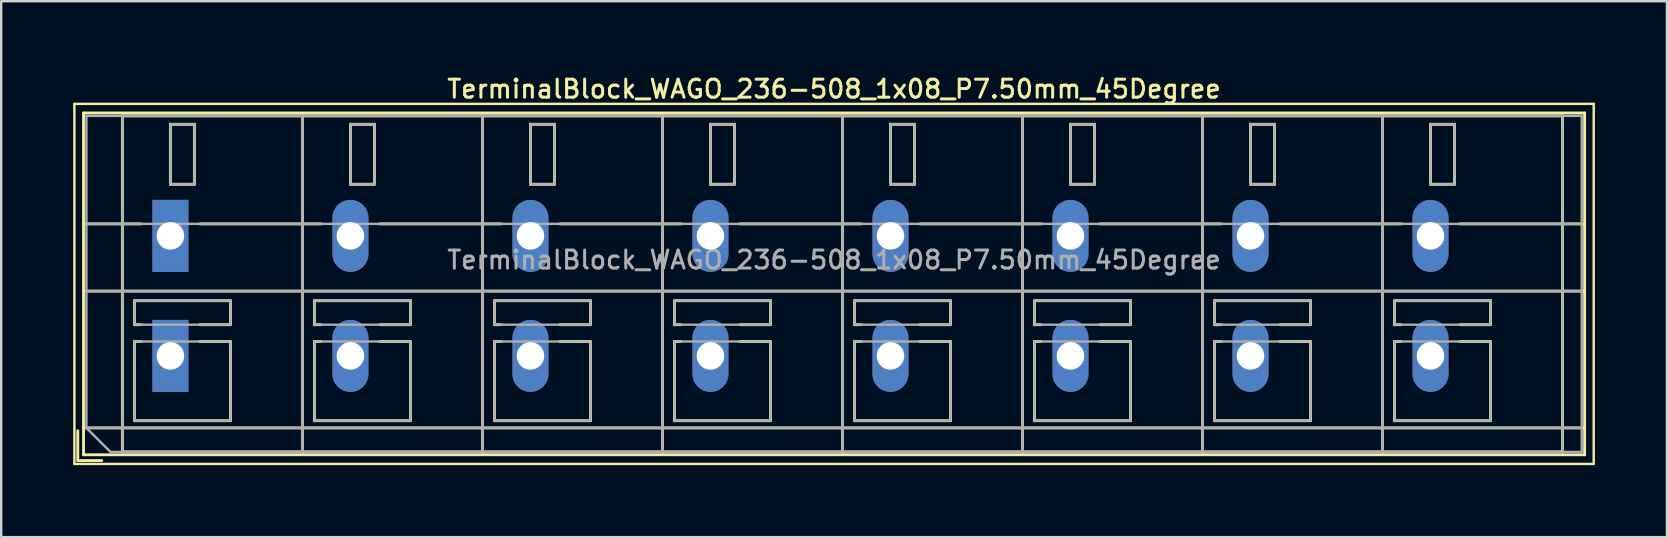
<source format=kicad_pcb>
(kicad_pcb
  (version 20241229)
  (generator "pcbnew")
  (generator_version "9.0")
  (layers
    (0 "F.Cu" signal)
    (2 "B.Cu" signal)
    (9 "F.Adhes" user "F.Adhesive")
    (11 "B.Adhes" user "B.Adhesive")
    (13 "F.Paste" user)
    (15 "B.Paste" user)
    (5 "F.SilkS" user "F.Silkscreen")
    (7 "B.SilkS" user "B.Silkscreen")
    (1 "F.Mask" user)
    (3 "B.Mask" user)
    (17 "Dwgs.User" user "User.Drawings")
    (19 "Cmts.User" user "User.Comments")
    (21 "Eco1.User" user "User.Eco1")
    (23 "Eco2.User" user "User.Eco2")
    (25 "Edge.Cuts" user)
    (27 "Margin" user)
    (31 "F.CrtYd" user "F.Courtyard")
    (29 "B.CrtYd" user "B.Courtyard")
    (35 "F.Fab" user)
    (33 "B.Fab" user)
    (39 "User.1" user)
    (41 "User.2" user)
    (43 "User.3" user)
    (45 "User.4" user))
  (footprint "TerminalBlock_WAGO_236-508_1x08_P7.50mm_45Degree"
    (layer "F.Cu")
    (at 4.05 6.778)
    (property "Reference" "TerminalBlock_WAGO_236-508_1x08_P7.50mm_45Degree" (at 27.65 -6.12 0) (layer "F.SilkS") (effects (font (size 0.75 0.75) (thickness 0.125))))
    (attr through_hole)
    (fp_line (start -4 -5.5) (end -4 9.5) (stroke (width 0.1) (type solid)) (layer "F.SilkS"))
    (fp_line (start -4 9.5) (end 59.3 9.5) (stroke (width 0.1) (type solid)) (layer "F.SilkS"))
    (fp_line (start -3.86 8.12) (end -3.86 9.36) (stroke (width 0.12) (type solid)) (layer "F.SilkS"))
    (fp_line (start -3.86 9.36) (end -2.86 9.36) (stroke (width 0.12) (type solid)) (layer "F.SilkS"))
    (fp_line (start -3.62 -5.12) (end -3.62 9.12) (stroke (width 0.12) (type solid)) (layer "F.SilkS"))
    (fp_line (start -3.62 -5.12) (end 58.92 -5.12) (stroke (width 0.12) (type solid)) (layer "F.SilkS"))
    (fp_line (start -3.62 -0.5) (end -1.23 -0.5) (stroke (width 0.12) (type solid)) (layer "F.SilkS"))
    (fp_line (start -3.62 2.3) (end 58.92 2.3) (stroke (width 0.12) (type solid)) (layer "F.SilkS"))
    (fp_line (start -3.62 8) (end 58.92 8) (stroke (width 0.12) (type solid)) (layer "F.SilkS"))
    (fp_line (start -3.62 9.12) (end 58.92 9.12) (stroke (width 0.12) (type solid)) (layer "F.SilkS"))
    (fp_line (start -2 -5) (end -2 9) (stroke (width 0.12) (type solid)) (layer "F.SilkS"))
    (fp_line (start -2 -5) (end 5.5 -5) (stroke (width 0.12) (type solid)) (layer "F.SilkS"))
    (fp_line (start -2 9) (end 5.5 9) (stroke (width 0.12) (type solid)) (layer "F.SilkS"))
    (fp_line (start -1.5 2.7) (end -1.5 3.7) (stroke (width 0.12) (type solid)) (layer "F.SilkS"))
    (fp_line (start -1.5 2.7) (end 2.5 2.7) (stroke (width 0.12) (type solid)) (layer "F.SilkS"))
    (fp_line (start -1.5 3.7) (end -1.23 3.7) (stroke (width 0.12) (type solid)) (layer "F.SilkS"))
    (fp_line (start -1.5 4.4) (end -1.5 7.7) (stroke (width 0.12) (type solid)) (layer "F.SilkS"))
    (fp_line (start -1.5 4.4) (end -1.23 4.4) (stroke (width 0.12) (type solid)) (layer "F.SilkS"))
    (fp_line (start -1.5 7.7) (end 2.5 7.7) (stroke (width 0.12) (type solid)) (layer "F.SilkS"))
    (fp_line (start 0 -4.65) (end 0 -2.151) (stroke (width 0.12) (type solid)) (layer "F.SilkS"))
    (fp_line (start 0 -4.65) (end 1 -4.65) (stroke (width 0.12) (type solid)) (layer "F.SilkS"))
    (fp_line (start 0 -2.151) (end 1 -2.151) (stroke (width 0.12) (type solid)) (layer "F.SilkS"))
    (fp_line (start 1 -4.65) (end 1 -2.151) (stroke (width 0.12) (type solid)) (layer "F.SilkS"))
    (fp_line (start 1.23 -0.5) (end 6.27 -0.5) (stroke (width 0.12) (type solid)) (layer "F.SilkS"))
    (fp_line (start 1.23 3.7) (end 2.5 3.7) (stroke (width 0.12) (type solid)) (layer "F.SilkS"))
    (fp_line (start 1.23 4.4) (end 2.5 4.4) (stroke (width 0.12) (type solid)) (layer "F.SilkS"))
    (fp_line (start 2.5 2.7) (end 2.5 3.7) (stroke (width 0.12) (type solid)) (layer "F.SilkS"))
    (fp_line (start 2.5 4.4) (end 2.5 7.7) (stroke (width 0.12) (type solid)) (layer "F.SilkS"))
    (fp_line (start 5.5 -5) (end 5.5 9) (stroke (width 0.12) (type solid)) (layer "F.SilkS"))
    (fp_line (start 5.5 -5) (end 5.5 9) (stroke (width 0.12) (type solid)) (layer "F.SilkS"))
    (fp_line (start 5.5 -5) (end 13 -5) (stroke (width 0.12) (type solid)) (layer "F.SilkS"))
    (fp_line (start 5.5 9) (end 13 9) (stroke (width 0.12) (type solid)) (layer "F.SilkS"))
    (fp_line (start 6 2.7) (end 6 3.7) (stroke (width 0.12) (type solid)) (layer "F.SilkS"))
    (fp_line (start 6 2.7) (end 10 2.7) (stroke (width 0.12) (type solid)) (layer "F.SilkS"))
    (fp_line (start 6 3.7) (end 6.27 3.7) (stroke (width 0.12) (type solid)) (layer "F.SilkS"))
    (fp_line (start 6 4.4) (end 6 7.7) (stroke (width 0.12) (type solid)) (layer "F.SilkS"))
    (fp_line (start 6 4.4) (end 6.27 4.4) (stroke (width 0.12) (type solid)) (layer "F.SilkS"))
    (fp_line (start 6 7.7) (end 10 7.7) (stroke (width 0.12) (type solid)) (layer "F.SilkS"))
    (fp_line (start 7.5 -4.65) (end 7.5 -2.151) (stroke (width 0.12) (type solid)) (layer "F.SilkS"))
    (fp_line (start 7.5 -4.65) (end 8.5 -4.65) (stroke (width 0.12) (type solid)) (layer "F.SilkS"))
    (fp_line (start 7.5 -2.151) (end 8.5 -2.151) (stroke (width 0.12) (type solid)) (layer "F.SilkS"))
    (fp_line (start 8.5 -4.65) (end 8.5 -2.151) (stroke (width 0.12) (type solid)) (layer "F.SilkS"))
    (fp_line (start 8.73 -0.5) (end 13.77 -0.5) (stroke (width 0.12) (type solid)) (layer "F.SilkS"))
    (fp_line (start 8.73 3.7) (end 10 3.7) (stroke (width 0.12) (type solid)) (layer "F.SilkS"))
    (fp_line (start 8.73 4.4) (end 10 4.4) (stroke (width 0.12) (type solid)) (layer "F.SilkS"))
    (fp_line (start 10 2.7) (end 10 3.7) (stroke (width 0.12) (type solid)) (layer "F.SilkS"))
    (fp_line (start 10 4.4) (end 10 7.7) (stroke (width 0.12) (type solid)) (layer "F.SilkS"))
    (fp_line (start 13 -5) (end 13 9) (stroke (width 0.12) (type solid)) (layer "F.SilkS"))
    (fp_line (start 13 -5) (end 13 9) (stroke (width 0.12) (type solid)) (layer "F.SilkS"))
    (fp_line (start 13 -5) (end 20.5 -5) (stroke (width 0.12) (type solid)) (layer "F.SilkS"))
    (fp_line (start 13 9) (end 20.5 9) (stroke (width 0.12) (type solid)) (layer "F.SilkS"))
    (fp_line (start 13.5 2.7) (end 13.5 3.7) (stroke (width 0.12) (type solid)) (layer "F.SilkS"))
    (fp_line (start 13.5 2.7) (end 17.5 2.7) (stroke (width 0.12) (type solid)) (layer "F.SilkS"))
    (fp_line (start 13.5 3.7) (end 13.77 3.7) (stroke (width 0.12) (type solid)) (layer "F.SilkS"))
    (fp_line (start 13.5 4.4) (end 13.5 7.7) (stroke (width 0.12) (type solid)) (layer "F.SilkS"))
    (fp_line (start 13.5 4.4) (end 13.77 4.4) (stroke (width 0.12) (type solid)) (layer "F.SilkS"))
    (fp_line (start 13.5 7.7) (end 17.5 7.7) (stroke (width 0.12) (type solid)) (layer "F.SilkS"))
    (fp_line (start 15 -4.65) (end 15 -2.151) (stroke (width 0.12) (type solid)) (layer "F.SilkS"))
    (fp_line (start 15 -4.65) (end 16 -4.65) (stroke (width 0.12) (type solid)) (layer "F.SilkS"))
    (fp_line (start 15 -2.151) (end 16 -2.151) (stroke (width 0.12) (type solid)) (layer "F.SilkS"))
    (fp_line (start 16 -4.65) (end 16 -2.151) (stroke (width 0.12) (type solid)) (layer "F.SilkS"))
    (fp_line (start 16.23 -0.5) (end 21.27 -0.5) (stroke (width 0.12) (type solid)) (layer "F.SilkS"))
    (fp_line (start 16.23 3.7) (end 17.5 3.7) (stroke (width 0.12) (type solid)) (layer "F.SilkS"))
    (fp_line (start 16.23 4.4) (end 17.5 4.4) (stroke (width 0.12) (type solid)) (layer "F.SilkS"))
    (fp_line (start 17.5 2.7) (end 17.5 3.7) (stroke (width 0.12) (type solid)) (layer "F.SilkS"))
    (fp_line (start 17.5 4.4) (end 17.5 7.7) (stroke (width 0.12) (type solid)) (layer "F.SilkS"))
    (fp_line (start 20.5 -5) (end 20.5 9) (stroke (width 0.12) (type solid)) (layer "F.SilkS"))
    (fp_line (start 20.5 -5) (end 20.5 9) (stroke (width 0.12) (type solid)) (layer "F.SilkS"))
    (fp_line (start 20.5 -5) (end 28 -5) (stroke (width 0.12) (type solid)) (layer "F.SilkS"))
    (fp_line (start 20.5 9) (end 28 9) (stroke (width 0.12) (type solid)) (layer "F.SilkS"))
    (fp_line (start 21 2.7) (end 21 3.7) (stroke (width 0.12) (type solid)) (layer "F.SilkS"))
    (fp_line (start 21 2.7) (end 25 2.7) (stroke (width 0.12) (type solid)) (layer "F.SilkS"))
    (fp_line (start 21 3.7) (end 21.27 3.7) (stroke (width 0.12) (type solid)) (layer "F.SilkS"))
    (fp_line (start 21 4.4) (end 21 7.7) (stroke (width 0.12) (type solid)) (layer "F.SilkS"))
    (fp_line (start 21 4.4) (end 21.27 4.4) (stroke (width 0.12) (type solid)) (layer "F.SilkS"))
    (fp_line (start 21 7.7) (end 25 7.7) (stroke (width 0.12) (type solid)) (layer "F.SilkS"))
    (fp_line (start 22.5 -4.65) (end 22.5 -2.151) (stroke (width 0.12) (type solid)) (layer "F.SilkS"))
    (fp_line (start 22.5 -4.65) (end 23.5 -4.65) (stroke (width 0.12) (type solid)) (layer "F.SilkS"))
    (fp_line (start 22.5 -2.151) (end 23.5 -2.151) (stroke (width 0.12) (type solid)) (layer "F.SilkS"))
    (fp_line (start 23.5 -4.65) (end 23.5 -2.151) (stroke (width 0.12) (type solid)) (layer "F.SilkS"))
    (fp_line (start 23.73 -0.5) (end 28.77 -0.5) (stroke (width 0.12) (type solid)) (layer "F.SilkS"))
    (fp_line (start 23.73 3.7) (end 25 3.7) (stroke (width 0.12) (type solid)) (layer "F.SilkS"))
    (fp_line (start 23.73 4.4) (end 25 4.4) (stroke (width 0.12) (type solid)) (layer "F.SilkS"))
    (fp_line (start 25 2.7) (end 25 3.7) (stroke (width 0.12) (type solid)) (layer "F.SilkS"))
    (fp_line (start 25 4.4) (end 25 7.7) (stroke (width 0.12) (type solid)) (layer "F.SilkS"))
    (fp_line (start 28 -5) (end 28 9) (stroke (width 0.12) (type solid)) (layer "F.SilkS"))
    (fp_line (start 28 -5) (end 28 9) (stroke (width 0.12) (type solid)) (layer "F.SilkS"))
    (fp_line (start 28 -5) (end 35.5 -5) (stroke (width 0.12) (type solid)) (layer "F.SilkS"))
    (fp_line (start 28 9) (end 35.5 9) (stroke (width 0.12) (type solid)) (layer "F.SilkS"))
    (fp_line (start 28.5 2.7) (end 28.5 3.7) (stroke (width 0.12) (type solid)) (layer "F.SilkS"))
    (fp_line (start 28.5 2.7) (end 32.5 2.7) (stroke (width 0.12) (type solid)) (layer "F.SilkS"))
    (fp_line (start 28.5 3.7) (end 28.77 3.7) (stroke (width 0.12) (type solid)) (layer "F.SilkS"))
    (fp_line (start 28.5 4.4) (end 28.5 7.7) (stroke (width 0.12) (type solid)) (layer "F.SilkS"))
    (fp_line (start 28.5 4.4) (end 28.77 4.4) (stroke (width 0.12) (type solid)) (layer "F.SilkS"))
    (fp_line (start 28.5 7.7) (end 32.5 7.7) (stroke (width 0.12) (type solid)) (layer "F.SilkS"))
    (fp_line (start 30 -4.65) (end 30 -2.151) (stroke (width 0.12) (type solid)) (layer "F.SilkS"))
    (fp_line (start 30 -4.65) (end 31 -4.65) (stroke (width 0.12) (type solid)) (layer "F.SilkS"))
    (fp_line (start 30 -2.151) (end 31 -2.151) (stroke (width 0.12) (type solid)) (layer "F.SilkS"))
    (fp_line (start 31 -4.65) (end 31 -2.151) (stroke (width 0.12) (type solid)) (layer "F.SilkS"))
    (fp_line (start 31.23 -0.5) (end 36.27 -0.5) (stroke (width 0.12) (type solid)) (layer "F.SilkS"))
    (fp_line (start 31.23 3.7) (end 32.5 3.7) (stroke (width 0.12) (type solid)) (layer "F.SilkS"))
    (fp_line (start 31.23 4.4) (end 32.5 4.4) (stroke (width 0.12) (type solid)) (layer "F.SilkS"))
    (fp_line (start 32.5 2.7) (end 32.5 3.7) (stroke (width 0.12) (type solid)) (layer "F.SilkS"))
    (fp_line (start 32.5 4.4) (end 32.5 7.7) (stroke (width 0.12) (type solid)) (layer "F.SilkS"))
    (fp_line (start 35.5 -5) (end 35.5 9) (stroke (width 0.12) (type solid)) (layer "F.SilkS"))
    (fp_line (start 35.5 -5) (end 35.5 9) (stroke (width 0.12) (type solid)) (layer "F.SilkS"))
    (fp_line (start 35.5 -5) (end 43 -5) (stroke (width 0.12) (type solid)) (layer "F.SilkS"))
    (fp_line (start 35.5 9) (end 43 9) (stroke (width 0.12) (type solid)) (layer "F.SilkS"))
    (fp_line (start 36 2.7) (end 36 3.7) (stroke (width 0.12) (type solid)) (layer "F.SilkS"))
    (fp_line (start 36 2.7) (end 40 2.7) (stroke (width 0.12) (type solid)) (layer "F.SilkS"))
    (fp_line (start 36 3.7) (end 36.27 3.7) (stroke (width 0.12) (type solid)) (layer "F.SilkS"))
    (fp_line (start 36 4.4) (end 36 7.7) (stroke (width 0.12) (type solid)) (layer "F.SilkS"))
    (fp_line (start 36 4.4) (end 36.27 4.4) (stroke (width 0.12) (type solid)) (layer "F.SilkS"))
    (fp_line (start 36 7.7) (end 40 7.7) (stroke (width 0.12) (type solid)) (layer "F.SilkS"))
    (fp_line (start 37.5 -4.65) (end 37.5 -2.151) (stroke (width 0.12) (type solid)) (layer "F.SilkS"))
    (fp_line (start 37.5 -4.65) (end 38.5 -4.65) (stroke (width 0.12) (type solid)) (layer "F.SilkS"))
    (fp_line (start 37.5 -2.151) (end 38.5 -2.151) (stroke (width 0.12) (type solid)) (layer "F.SilkS"))
    (fp_line (start 38.5 -4.65) (end 38.5 -2.151) (stroke (width 0.12) (type solid)) (layer "F.SilkS"))
    (fp_line (start 38.73 -0.5) (end 43.77 -0.5) (stroke (width 0.12) (type solid)) (layer "F.SilkS"))
    (fp_line (start 38.73 3.7) (end 40 3.7) (stroke (width 0.12) (type solid)) (layer "F.SilkS"))
    (fp_line (start 38.73 4.4) (end 40 4.4) (stroke (width 0.12) (type solid)) (layer "F.SilkS"))
    (fp_line (start 40 2.7) (end 40 3.7) (stroke (width 0.12) (type solid)) (layer "F.SilkS"))
    (fp_line (start 40 4.4) (end 40 7.7) (stroke (width 0.12) (type solid)) (layer "F.SilkS"))
    (fp_line (start 43 -5) (end 43 9) (stroke (width 0.12) (type solid)) (layer "F.SilkS"))
    (fp_line (start 43 -5) (end 43 9) (stroke (width 0.12) (type solid)) (layer "F.SilkS"))
    (fp_line (start 43 -5) (end 50.5 -5) (stroke (width 0.12) (type solid)) (layer "F.SilkS"))
    (fp_line (start 43 9) (end 50.5 9) (stroke (width 0.12) (type solid)) (layer "F.SilkS"))
    (fp_line (start 43.5 2.7) (end 43.5 3.7) (stroke (width 0.12) (type solid)) (layer "F.SilkS"))
    (fp_line (start 43.5 2.7) (end 47.5 2.7) (stroke (width 0.12) (type solid)) (layer "F.SilkS"))
    (fp_line (start 43.5 3.7) (end 43.77 3.7) (stroke (width 0.12) (type solid)) (layer "F.SilkS"))
    (fp_line (start 43.5 4.4) (end 43.5 7.7) (stroke (width 0.12) (type solid)) (layer "F.SilkS"))
    (fp_line (start 43.5 4.4) (end 43.77 4.4) (stroke (width 0.12) (type solid)) (layer "F.SilkS"))
    (fp_line (start 43.5 7.7) (end 47.5 7.7) (stroke (width 0.12) (type solid)) (layer "F.SilkS"))
    (fp_line (start 45 -4.65) (end 45 -2.151) (stroke (width 0.12) (type solid)) (layer "F.SilkS"))
    (fp_line (start 45 -4.65) (end 46 -4.65) (stroke (width 0.12) (type solid)) (layer "F.SilkS"))
    (fp_line (start 45 -2.151) (end 46 -2.151) (stroke (width 0.12) (type solid)) (layer "F.SilkS"))
    (fp_line (start 46 -4.65) (end 46 -2.151) (stroke (width 0.12) (type solid)) (layer "F.SilkS"))
    (fp_line (start 46.23 -0.5) (end 51.27 -0.5) (stroke (width 0.12) (type solid)) (layer "F.SilkS"))
    (fp_line (start 46.23 3.7) (end 47.5 3.7) (stroke (width 0.12) (type solid)) (layer "F.SilkS"))
    (fp_line (start 46.23 4.4) (end 47.5 4.4) (stroke (width 0.12) (type solid)) (layer "F.SilkS"))
    (fp_line (start 47.5 2.7) (end 47.5 3.7) (stroke (width 0.12) (type solid)) (layer "F.SilkS"))
    (fp_line (start 47.5 4.4) (end 47.5 7.7) (stroke (width 0.12) (type solid)) (layer "F.SilkS"))
    (fp_line (start 50.5 -5) (end 50.5 9) (stroke (width 0.12) (type solid)) (layer "F.SilkS"))
    (fp_line (start 50.5 -5) (end 50.5 9) (stroke (width 0.12) (type solid)) (layer "F.SilkS"))
    (fp_line (start 50.5 -5) (end 58 -5) (stroke (width 0.12) (type solid)) (layer "F.SilkS"))
    (fp_line (start 50.5 9) (end 58 9) (stroke (width 0.12) (type solid)) (layer "F.SilkS"))
    (fp_line (start 51 2.7) (end 51 3.7) (stroke (width 0.12) (type solid)) (layer "F.SilkS"))
    (fp_line (start 51 2.7) (end 55 2.7) (stroke (width 0.12) (type solid)) (layer "F.SilkS"))
    (fp_line (start 51 3.7) (end 51.27 3.7) (stroke (width 0.12) (type solid)) (layer "F.SilkS"))
    (fp_line (start 51 4.4) (end 51 7.7) (stroke (width 0.12) (type solid)) (layer "F.SilkS"))
    (fp_line (start 51 4.4) (end 51.27 4.4) (stroke (width 0.12) (type solid)) (layer "F.SilkS"))
    (fp_line (start 51 7.7) (end 55 7.7) (stroke (width 0.12) (type solid)) (layer "F.SilkS"))
    (fp_line (start 52.5 -4.65) (end 52.5 -2.151) (stroke (width 0.12) (type solid)) (layer "F.SilkS"))
    (fp_line (start 52.5 -4.65) (end 53.5 -4.65) (stroke (width 0.12) (type solid)) (layer "F.SilkS"))
    (fp_line (start 52.5 -2.151) (end 53.5 -2.151) (stroke (width 0.12) (type solid)) (layer "F.SilkS"))
    (fp_line (start 53.5 -4.65) (end 53.5 -2.151) (stroke (width 0.12) (type solid)) (layer "F.SilkS"))
    (fp_line (start 53.73 -0.5) (end 58.92 -0.5) (stroke (width 0.12) (type solid)) (layer "F.SilkS"))
    (fp_line (start 53.73 3.7) (end 55 3.7) (stroke (width 0.12) (type solid)) (layer "F.SilkS"))
    (fp_line (start 53.73 4.4) (end 55 4.4) (stroke (width 0.12) (type solid)) (layer "F.SilkS"))
    (fp_line (start 55 2.7) (end 55 3.7) (stroke (width 0.12) (type solid)) (layer "F.SilkS"))
    (fp_line (start 55 4.4) (end 55 7.7) (stroke (width 0.12) (type solid)) (layer "F.SilkS"))
    (fp_line (start 58 -5) (end 58 9) (stroke (width 0.12) (type solid)) (layer "F.SilkS"))
    (fp_line (start 58.92 -5.12) (end 58.92 9.12) (stroke (width 0.12) (type solid)) (layer "F.SilkS"))
    (fp_line (start 59.3 -5.5) (end -4 -5.5) (stroke (width 0.1) (type solid)) (layer "F.SilkS"))
    (fp_line (start 59.3 9.5) (end 59.3 -5.5) (stroke (width 0.1) (type solid)) (layer "F.SilkS"))
    (fp_line (start -3.5 -5) (end 58.8 -5) (stroke (width 0.1) (type solid)) (layer "F.Fab"))
    (fp_line (start -3.5 -0.5) (end 58.8 -0.5) (stroke (width 0.1) (type solid)) (layer "F.Fab"))
    (fp_line (start -3.5 2.3) (end 58.8 2.3) (stroke (width 0.1) (type solid)) (layer "F.Fab"))
    (fp_line (start -3.5 8) (end -3.5 -5) (stroke (width 0.1) (type solid)) (layer "F.Fab"))
    (fp_line (start -3.5 8) (end 58.8 8) (stroke (width 0.1) (type solid)) (layer "F.Fab"))
    (fp_line (start -2.5 9) (end -3.5 8) (stroke (width 0.1) (type solid)) (layer "F.Fab"))
    (fp_line (start -2 -5) (end -2 9) (stroke (width 0.1) (type solid)) (layer "F.Fab"))
    (fp_line (start -2 9) (end 5.5 9) (stroke (width 0.1) (type solid)) (layer "F.Fab"))
    (fp_line (start -1.5 2.7) (end -1.5 3.7) (stroke (width 0.1) (type solid)) (layer "F.Fab"))
    (fp_line (start -1.5 3.7) (end 2.5 3.7) (stroke (width 0.1) (type solid)) (layer "F.Fab"))
    (fp_line (start -1.5 4.4) (end -1.5 7.7) (stroke (width 0.1) (type solid)) (layer "F.Fab"))
    (fp_line (start -1.5 7.7) (end 2.5 7.7) (stroke (width 0.1) (type solid)) (layer "F.Fab"))
    (fp_line (start 0 -4.65) (end 0 -2.15) (stroke (width 0.1) (type solid)) (layer "F.Fab"))
    (fp_line (start 0 -2.15) (end 1 -2.15) (stroke (width 0.1) (type solid)) (layer "F.Fab"))
    (fp_line (start 1 -4.65) (end 0 -4.65) (stroke (width 0.1) (type solid)) (layer "F.Fab"))
    (fp_line (start 1 -2.15) (end 1 -4.65) (stroke (width 0.1) (type solid)) (layer "F.Fab"))
    (fp_line (start 2.5 2.7) (end -1.5 2.7) (stroke (width 0.1) (type solid)) (layer "F.Fab"))
    (fp_line (start 2.5 3.7) (end 2.5 2.7) (stroke (width 0.1) (type solid)) (layer "F.Fab"))
    (fp_line (start 2.5 4.4) (end -1.5 4.4) (stroke (width 0.1) (type solid)) (layer "F.Fab"))
    (fp_line (start 2.5 7.7) (end 2.5 4.4) (stroke (width 0.1) (type solid)) (layer "F.Fab"))
    (fp_line (start 5.5 -5) (end -2 -5) (stroke (width 0.1) (type solid)) (layer "F.Fab"))
    (fp_line (start 5.5 -5) (end 5.5 9) (stroke (width 0.1) (type solid)) (layer "F.Fab"))
    (fp_line (start 5.5 9) (end 5.5 -5) (stroke (width 0.1) (type solid)) (layer "F.Fab"))
    (fp_line (start 5.5 9) (end 13 9) (stroke (width 0.1) (type solid)) (layer "F.Fab"))
    (fp_line (start 6 2.7) (end 6 3.7) (stroke (width 0.1) (type solid)) (layer "F.Fab"))
    (fp_line (start 6 3.7) (end 10 3.7) (stroke (width 0.1) (type solid)) (layer "F.Fab"))
    (fp_line (start 6 4.4) (end 6 7.7) (stroke (width 0.1) (type solid)) (layer "F.Fab"))
    (fp_line (start 6 7.7) (end 10 7.7) (stroke (width 0.1) (type solid)) (layer "F.Fab"))
    (fp_line (start 7.5 -4.65) (end 7.5 -2.15) (stroke (width 0.1) (type solid)) (layer "F.Fab"))
    (fp_line (start 7.5 -2.15) (end 8.5 -2.15) (stroke (width 0.1) (type solid)) (layer "F.Fab"))
    (fp_line (start 8.5 -4.65) (end 7.5 -4.65) (stroke (width 0.1) (type solid)) (layer "F.Fab"))
    (fp_line (start 8.5 -2.15) (end 8.5 -4.65) (stroke (width 0.1) (type solid)) (layer "F.Fab"))
    (fp_line (start 10 2.7) (end 6 2.7) (stroke (width 0.1) (type solid)) (layer "F.Fab"))
    (fp_line (start 10 3.7) (end 10 2.7) (stroke (width 0.1) (type solid)) (layer "F.Fab"))
    (fp_line (start 10 4.4) (end 6 4.4) (stroke (width 0.1) (type solid)) (layer "F.Fab"))
    (fp_line (start 10 7.7) (end 10 4.4) (stroke (width 0.1) (type solid)) (layer "F.Fab"))
    (fp_line (start 13 -5) (end 5.5 -5) (stroke (width 0.1) (type solid)) (layer "F.Fab"))
    (fp_line (start 13 -5) (end 13 9) (stroke (width 0.1) (type solid)) (layer "F.Fab"))
    (fp_line (start 13 9) (end 13 -5) (stroke (width 0.1) (type solid)) (layer "F.Fab"))
    (fp_line (start 13 9) (end 20.5 9) (stroke (width 0.1) (type solid)) (layer "F.Fab"))
    (fp_line (start 13.5 2.7) (end 13.5 3.7) (stroke (width 0.1) (type solid)) (layer "F.Fab"))
    (fp_line (start 13.5 3.7) (end 17.5 3.7) (stroke (width 0.1) (type solid)) (layer "F.Fab"))
    (fp_line (start 13.5 4.4) (end 13.5 7.7) (stroke (width 0.1) (type solid)) (layer "F.Fab"))
    (fp_line (start 13.5 7.7) (end 17.5 7.7) (stroke (width 0.1) (type solid)) (layer "F.Fab"))
    (fp_line (start 15 -4.65) (end 15 -2.15) (stroke (width 0.1) (type solid)) (layer "F.Fab"))
    (fp_line (start 15 -2.15) (end 16 -2.15) (stroke (width 0.1) (type solid)) (layer "F.Fab"))
    (fp_line (start 16 -4.65) (end 15 -4.65) (stroke (width 0.1) (type solid)) (layer "F.Fab"))
    (fp_line (start 16 -2.15) (end 16 -4.65) (stroke (width 0.1) (type solid)) (layer "F.Fab"))
    (fp_line (start 17.5 2.7) (end 13.5 2.7) (stroke (width 0.1) (type solid)) (layer "F.Fab"))
    (fp_line (start 17.5 3.7) (end 17.5 2.7) (stroke (width 0.1) (type solid)) (layer "F.Fab"))
    (fp_line (start 17.5 4.4) (end 13.5 4.4) (stroke (width 0.1) (type solid)) (layer "F.Fab"))
    (fp_line (start 17.5 7.7) (end 17.5 4.4) (stroke (width 0.1) (type solid)) (layer "F.Fab"))
    (fp_line (start 20.5 -5) (end 13 -5) (stroke (width 0.1) (type solid)) (layer "F.Fab"))
    (fp_line (start 20.5 -5) (end 20.5 9) (stroke (width 0.1) (type solid)) (layer "F.Fab"))
    (fp_line (start 20.5 9) (end 20.5 -5) (stroke (width 0.1) (type solid)) (layer "F.Fab"))
    (fp_line (start 20.5 9) (end 28 9) (stroke (width 0.1) (type solid)) (layer "F.Fab"))
    (fp_line (start 21 2.7) (end 21 3.7) (stroke (width 0.1) (type solid)) (layer "F.Fab"))
    (fp_line (start 21 3.7) (end 25 3.7) (stroke (width 0.1) (type solid)) (layer "F.Fab"))
    (fp_line (start 21 4.4) (end 21 7.7) (stroke (width 0.1) (type solid)) (layer "F.Fab"))
    (fp_line (start 21 7.7) (end 25 7.7) (stroke (width 0.1) (type solid)) (layer "F.Fab"))
    (fp_line (start 22.5 -4.65) (end 22.5 -2.15) (stroke (width 0.1) (type solid)) (layer "F.Fab"))
    (fp_line (start 22.5 -2.15) (end 23.5 -2.15) (stroke (width 0.1) (type solid)) (layer "F.Fab"))
    (fp_line (start 23.5 -4.65) (end 22.5 -4.65) (stroke (width 0.1) (type solid)) (layer "F.Fab"))
    (fp_line (start 23.5 -2.15) (end 23.5 -4.65) (stroke (width 0.1) (type solid)) (layer "F.Fab"))
    (fp_line (start 25 2.7) (end 21 2.7) (stroke (width 0.1) (type solid)) (layer "F.Fab"))
    (fp_line (start 25 3.7) (end 25 2.7) (stroke (width 0.1) (type solid)) (layer "F.Fab"))
    (fp_line (start 25 4.4) (end 21 4.4) (stroke (width 0.1) (type solid)) (layer "F.Fab"))
    (fp_line (start 25 7.7) (end 25 4.4) (stroke (width 0.1) (type solid)) (layer "F.Fab"))
    (fp_line (start 28 -5) (end 20.5 -5) (stroke (width 0.1) (type solid)) (layer "F.Fab"))
    (fp_line (start 28 -5) (end 28 9) (stroke (width 0.1) (type solid)) (layer "F.Fab"))
    (fp_line (start 28 9) (end 28 -5) (stroke (width 0.1) (type solid)) (layer "F.Fab"))
    (fp_line (start 28 9) (end 35.5 9) (stroke (width 0.1) (type solid)) (layer "F.Fab"))
    (fp_line (start 28.5 2.7) (end 28.5 3.7) (stroke (width 0.1) (type solid)) (layer "F.Fab"))
    (fp_line (start 28.5 3.7) (end 32.5 3.7) (stroke (width 0.1) (type solid)) (layer "F.Fab"))
    (fp_line (start 28.5 4.4) (end 28.5 7.7) (stroke (width 0.1) (type solid)) (layer "F.Fab"))
    (fp_line (start 28.5 7.7) (end 32.5 7.7) (stroke (width 0.1) (type solid)) (layer "F.Fab"))
    (fp_line (start 30 -4.65) (end 30 -2.15) (stroke (width 0.1) (type solid)) (layer "F.Fab"))
    (fp_line (start 30 -2.15) (end 31 -2.15) (stroke (width 0.1) (type solid)) (layer "F.Fab"))
    (fp_line (start 31 -4.65) (end 30 -4.65) (stroke (width 0.1) (type solid)) (layer "F.Fab"))
    (fp_line (start 31 -2.15) (end 31 -4.65) (stroke (width 0.1) (type solid)) (layer "F.Fab"))
    (fp_line (start 32.5 2.7) (end 28.5 2.7) (stroke (width 0.1) (type solid)) (layer "F.Fab"))
    (fp_line (start 32.5 3.7) (end 32.5 2.7) (stroke (width 0.1) (type solid)) (layer "F.Fab"))
    (fp_line (start 32.5 4.4) (end 28.5 4.4) (stroke (width 0.1) (type solid)) (layer "F.Fab"))
    (fp_line (start 32.5 7.7) (end 32.5 4.4) (stroke (width 0.1) (type solid)) (layer "F.Fab"))
    (fp_line (start 35.5 -5) (end 28 -5) (stroke (width 0.1) (type solid)) (layer "F.Fab"))
    (fp_line (start 35.5 -5) (end 35.5 9) (stroke (width 0.1) (type solid)) (layer "F.Fab"))
    (fp_line (start 35.5 9) (end 35.5 -5) (stroke (width 0.1) (type solid)) (layer "F.Fab"))
    (fp_line (start 35.5 9) (end 43 9) (stroke (width 0.1) (type solid)) (layer "F.Fab"))
    (fp_line (start 36 2.7) (end 36 3.7) (stroke (width 0.1) (type solid)) (layer "F.Fab"))
    (fp_line (start 36 3.7) (end 40 3.7) (stroke (width 0.1) (type solid)) (layer "F.Fab"))
    (fp_line (start 36 4.4) (end 36 7.7) (stroke (width 0.1) (type solid)) (layer "F.Fab"))
    (fp_line (start 36 7.7) (end 40 7.7) (stroke (width 0.1) (type solid)) (layer "F.Fab"))
    (fp_line (start 37.5 -4.65) (end 37.5 -2.15) (stroke (width 0.1) (type solid)) (layer "F.Fab"))
    (fp_line (start 37.5 -2.15) (end 38.5 -2.15) (stroke (width 0.1) (type solid)) (layer "F.Fab"))
    (fp_line (start 38.5 -4.65) (end 37.5 -4.65) (stroke (width 0.1) (type solid)) (layer "F.Fab"))
    (fp_line (start 38.5 -2.15) (end 38.5 -4.65) (stroke (width 0.1) (type solid)) (layer "F.Fab"))
    (fp_line (start 40 2.7) (end 36 2.7) (stroke (width 0.1) (type solid)) (layer "F.Fab"))
    (fp_line (start 40 3.7) (end 40 2.7) (stroke (width 0.1) (type solid)) (layer "F.Fab"))
    (fp_line (start 40 4.4) (end 36 4.4) (stroke (width 0.1) (type solid)) (layer "F.Fab"))
    (fp_line (start 40 7.7) (end 40 4.4) (stroke (width 0.1) (type solid)) (layer "F.Fab"))
    (fp_line (start 43 -5) (end 35.5 -5) (stroke (width 0.1) (type solid)) (layer "F.Fab"))
    (fp_line (start 43 -5) (end 43 9) (stroke (width 0.1) (type solid)) (layer "F.Fab"))
    (fp_line (start 43 9) (end 43 -5) (stroke (width 0.1) (type solid)) (layer "F.Fab"))
    (fp_line (start 43 9) (end 50.5 9) (stroke (width 0.1) (type solid)) (layer "F.Fab"))
    (fp_line (start 43.5 2.7) (end 43.5 3.7) (stroke (width 0.1) (type solid)) (layer "F.Fab"))
    (fp_line (start 43.5 3.7) (end 47.5 3.7) (stroke (width 0.1) (type solid)) (layer "F.Fab"))
    (fp_line (start 43.5 4.4) (end 43.5 7.7) (stroke (width 0.1) (type solid)) (layer "F.Fab"))
    (fp_line (start 43.5 7.7) (end 47.5 7.7) (stroke (width 0.1) (type solid)) (layer "F.Fab"))
    (fp_line (start 45 -4.65) (end 45 -2.15) (stroke (width 0.1) (type solid)) (layer "F.Fab"))
    (fp_line (start 45 -2.15) (end 46 -2.15) (stroke (width 0.1) (type solid)) (layer "F.Fab"))
    (fp_line (start 46 -4.65) (end 45 -4.65) (stroke (width 0.1) (type solid)) (layer "F.Fab"))
    (fp_line (start 46 -2.15) (end 46 -4.65) (stroke (width 0.1) (type solid)) (layer "F.Fab"))
    (fp_line (start 47.5 2.7) (end 43.5 2.7) (stroke (width 0.1) (type solid)) (layer "F.Fab"))
    (fp_line (start 47.5 3.7) (end 47.5 2.7) (stroke (width 0.1) (type solid)) (layer "F.Fab"))
    (fp_line (start 47.5 4.4) (end 43.5 4.4) (stroke (width 0.1) (type solid)) (layer "F.Fab"))
    (fp_line (start 47.5 7.7) (end 47.5 4.4) (stroke (width 0.1) (type solid)) (layer "F.Fab"))
    (fp_line (start 50.5 -5) (end 43 -5) (stroke (width 0.1) (type solid)) (layer "F.Fab"))
    (fp_line (start 50.5 -5) (end 50.5 9) (stroke (width 0.1) (type solid)) (layer "F.Fab"))
    (fp_line (start 50.5 9) (end 50.5 -5) (stroke (width 0.1) (type solid)) (layer "F.Fab"))
    (fp_line (start 50.5 9) (end 58 9) (stroke (width 0.1) (type solid)) (layer "F.Fab"))
    (fp_line (start 51 2.7) (end 51 3.7) (stroke (width 0.1) (type solid)) (layer "F.Fab"))
    (fp_line (start 51 3.7) (end 55 3.7) (stroke (width 0.1) (type solid)) (layer "F.Fab"))
    (fp_line (start 51 4.4) (end 51 7.7) (stroke (width 0.1) (type solid)) (layer "F.Fab"))
    (fp_line (start 51 7.7) (end 55 7.7) (stroke (width 0.1) (type solid)) (layer "F.Fab"))
    (fp_line (start 52.5 -4.65) (end 52.5 -2.15) (stroke (width 0.1) (type solid)) (layer "F.Fab"))
    (fp_line (start 52.5 -2.15) (end 53.5 -2.15) (stroke (width 0.1) (type solid)) (layer "F.Fab"))
    (fp_line (start 53.5 -4.65) (end 52.5 -4.65) (stroke (width 0.1) (type solid)) (layer "F.Fab"))
    (fp_line (start 53.5 -2.15) (end 53.5 -4.65) (stroke (width 0.1) (type solid)) (layer "F.Fab"))
    (fp_line (start 55 2.7) (end 51 2.7) (stroke (width 0.1) (type solid)) (layer "F.Fab"))
    (fp_line (start 55 3.7) (end 55 2.7) (stroke (width 0.1) (type solid)) (layer "F.Fab"))
    (fp_line (start 55 4.4) (end 51 4.4) (stroke (width 0.1) (type solid)) (layer "F.Fab"))
    (fp_line (start 55 7.7) (end 55 4.4) (stroke (width 0.1) (type solid)) (layer "F.Fab"))
    (fp_line (start 58 -5) (end 50.5 -5) (stroke (width 0.1) (type solid)) (layer "F.Fab"))
    (fp_line (start 58 9) (end 58 -5) (stroke (width 0.1) (type solid)) (layer "F.Fab"))
    (fp_line (start 58.8 -5) (end 58.8 9) (stroke (width 0.1) (type solid)) (layer "F.Fab"))
    (fp_line (start 58.8 9) (end -2.5 9) (stroke (width 0.1) (type solid)) (layer "F.Fab"))
    (fp_text user "${REFERENCE}" (at 27.65 1 0) (layer "F.Fab") (effects (font (size 0.75 0.75) (thickness 0.125))))
    (pad "1" thru_hole rect (at 0 0) (size 1.5 3) (drill 1.15) (layers "*.Cu" "*.Mask"))
    (pad "1" thru_hole rect (at 0 5) (size 1.5 3) (drill 1.15) (layers "*.Cu" "*.Mask"))
    (pad "2" thru_hole oval (at 7.5 0) (size 1.5 3) (drill 1.15) (layers "*.Cu" "*.Mask"))
    (pad "2" thru_hole oval (at 7.5 5) (size 1.5 3) (drill 1.15) (layers "*.Cu" "*.Mask"))
    (pad "3" thru_hole oval (at 15 0) (size 1.5 3) (drill 1.15) (layers "*.Cu" "*.Mask"))
    (pad "3" thru_hole oval (at 15 5) (size 1.5 3) (drill 1.15) (layers "*.Cu" "*.Mask"))
    (pad "4" thru_hole oval (at 22.5 0) (size 1.5 3) (drill 1.15) (layers "*.Cu" "*.Mask"))
    (pad "4" thru_hole oval (at 22.5 5) (size 1.5 3) (drill 1.15) (layers "*.Cu" "*.Mask"))
    (pad "5" thru_hole oval (at 30 0) (size 1.5 3) (drill 1.15) (layers "*.Cu" "*.Mask"))
    (pad "5" thru_hole oval (at 30 5) (size 1.5 3) (drill 1.15) (layers "*.Cu" "*.Mask"))
    (pad "6" thru_hole oval (at 37.5 0) (size 1.5 3) (drill 1.15) (layers "*.Cu" "*.Mask"))
    (pad "6" thru_hole oval (at 37.5 5) (size 1.5 3) (drill 1.15) (layers "*.Cu" "*.Mask"))
    (pad "7" thru_hole oval (at 45 0) (size 1.5 3) (drill 1.15) (layers "*.Cu" "*.Mask"))
    (pad "7" thru_hole oval (at 45 5) (size 1.5 3) (drill 1.15) (layers "*.Cu" "*.Mask"))
    (pad "8" thru_hole oval (at 52.5 0) (size 1.5 3) (drill 1.15) (layers "*.Cu" "*.Mask"))
    (pad "8" thru_hole oval (at 52.5 5) (size 1.5 3) (drill 1.15) (layers "*.Cu" "*.Mask")))
  (gr_rect
    (start -3 -3)
    (end 66.4 19.328)
    (stroke (width 0.1) (type default))
    (fill no)
    (layer "Edge.Cuts")))
</source>
